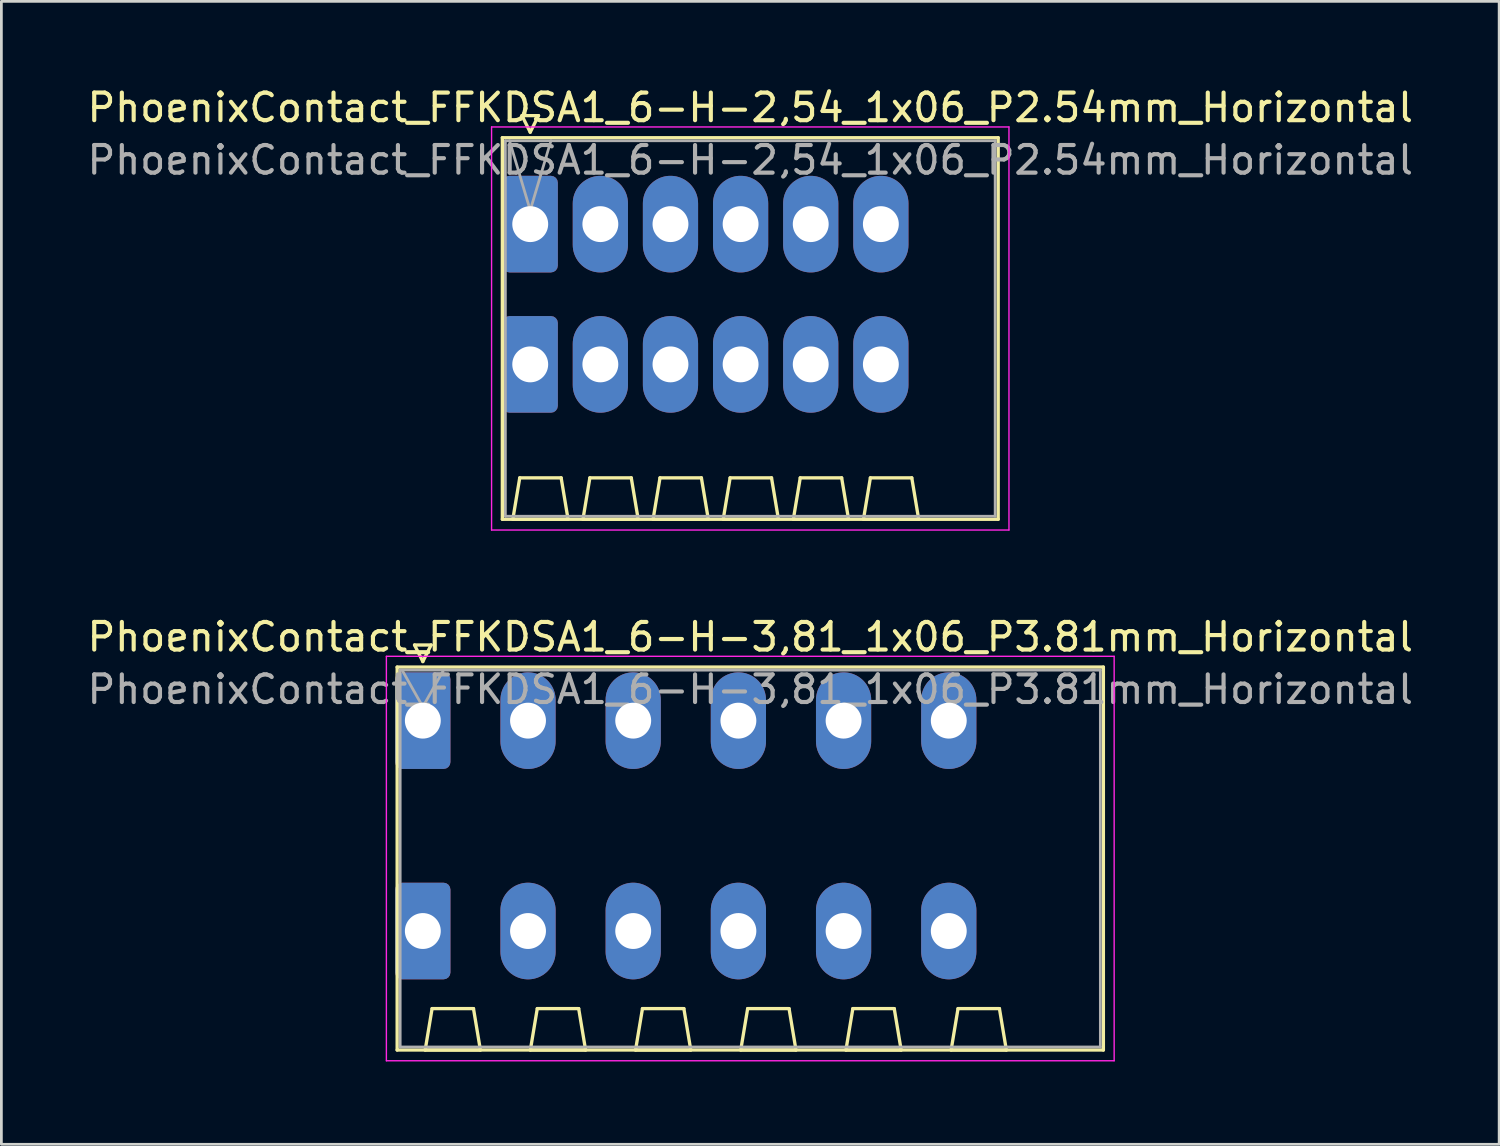
<source format=kicad_pcb>
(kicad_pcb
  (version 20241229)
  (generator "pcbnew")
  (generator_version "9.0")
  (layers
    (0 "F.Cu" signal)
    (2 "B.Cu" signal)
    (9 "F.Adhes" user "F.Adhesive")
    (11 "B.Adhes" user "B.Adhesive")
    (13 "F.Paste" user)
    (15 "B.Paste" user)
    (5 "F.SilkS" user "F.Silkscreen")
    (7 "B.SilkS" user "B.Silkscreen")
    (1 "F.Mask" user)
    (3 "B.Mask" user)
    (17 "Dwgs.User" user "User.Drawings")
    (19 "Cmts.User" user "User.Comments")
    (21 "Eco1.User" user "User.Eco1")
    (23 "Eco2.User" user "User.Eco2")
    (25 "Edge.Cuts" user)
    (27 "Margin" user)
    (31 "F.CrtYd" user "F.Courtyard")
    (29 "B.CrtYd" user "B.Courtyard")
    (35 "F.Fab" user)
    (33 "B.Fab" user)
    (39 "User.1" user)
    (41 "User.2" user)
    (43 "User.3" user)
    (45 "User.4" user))
  (footprint "PhoenixContact_FFKDSA1_6-H-3,81_1x06_P3.81mm_Horizontal"
    (layer "F.Cu")
    (at 12.265 23.052)
    (property "Reference" "PhoenixContact_FFKDSA1_6-H-3,81_1x06_P3.81mm_Horizontal" (at 11.86 -3.03 0) (layer "F.SilkS") (effects (font (size 1 1) (thickness 0.15))))
    (attr through_hole)
    (fp_line (start -0.93 -1.94) (end -0.93 11.93) (stroke (width 0.12) (type solid)) (layer "F.SilkS"))
    (fp_line (start -0.93 11.93) (end 24.65 11.93) (stroke (width 0.12) (type solid)) (layer "F.SilkS"))
    (fp_line (start -0.3 -2.74) (end 0.3 -2.74) (stroke (width 0.12) (type solid)) (layer "F.SilkS"))
    (fp_line (start 0 -2.14) (end -0.3 -2.74) (stroke (width 0.12) (type solid)) (layer "F.SilkS"))
    (fp_line (start 0.085 11.93) (end 2.085 11.93) (stroke (width 0.12) (type solid)) (layer "F.SilkS"))
    (fp_line (start 0.3 -2.74) (end 0 -2.14) (stroke (width 0.12) (type solid)) (layer "F.SilkS"))
    (fp_line (start 0.335 10.43) (end 0.085 11.93) (stroke (width 0.12) (type solid)) (layer "F.SilkS"))
    (fp_line (start 1.835 10.43) (end 0.335 10.43) (stroke (width 0.12) (type solid)) (layer "F.SilkS"))
    (fp_line (start 2.085 11.93) (end 1.835 10.43) (stroke (width 0.12) (type solid)) (layer "F.SilkS"))
    (fp_line (start 3.895 11.93) (end 5.895 11.93) (stroke (width 0.12) (type solid)) (layer "F.SilkS"))
    (fp_line (start 4.145 10.43) (end 3.895 11.93) (stroke (width 0.12) (type solid)) (layer "F.SilkS"))
    (fp_line (start 5.645 10.43) (end 4.145 10.43) (stroke (width 0.12) (type solid)) (layer "F.SilkS"))
    (fp_line (start 5.895 11.93) (end 5.645 10.43) (stroke (width 0.12) (type solid)) (layer "F.SilkS"))
    (fp_line (start 7.705 11.93) (end 9.705 11.93) (stroke (width 0.12) (type solid)) (layer "F.SilkS"))
    (fp_line (start 7.955 10.43) (end 7.705 11.93) (stroke (width 0.12) (type solid)) (layer "F.SilkS"))
    (fp_line (start 9.455 10.43) (end 7.955 10.43) (stroke (width 0.12) (type solid)) (layer "F.SilkS"))
    (fp_line (start 9.705 11.93) (end 9.455 10.43) (stroke (width 0.12) (type solid)) (layer "F.SilkS"))
    (fp_line (start 11.515 11.93) (end 13.515 11.93) (stroke (width 0.12) (type solid)) (layer "F.SilkS"))
    (fp_line (start 11.765 10.43) (end 11.515 11.93) (stroke (width 0.12) (type solid)) (layer "F.SilkS"))
    (fp_line (start 13.265 10.43) (end 11.765 10.43) (stroke (width 0.12) (type solid)) (layer "F.SilkS"))
    (fp_line (start 13.515 11.93) (end 13.265 10.43) (stroke (width 0.12) (type solid)) (layer "F.SilkS"))
    (fp_line (start 15.325 11.93) (end 17.325 11.93) (stroke (width 0.12) (type solid)) (layer "F.SilkS"))
    (fp_line (start 15.575 10.43) (end 15.325 11.93) (stroke (width 0.12) (type solid)) (layer "F.SilkS"))
    (fp_line (start 17.075 10.43) (end 15.575 10.43) (stroke (width 0.12) (type solid)) (layer "F.SilkS"))
    (fp_line (start 17.325 11.93) (end 17.075 10.43) (stroke (width 0.12) (type solid)) (layer "F.SilkS"))
    (fp_line (start 19.135 11.93) (end 21.135 11.93) (stroke (width 0.12) (type solid)) (layer "F.SilkS"))
    (fp_line (start 19.385 10.43) (end 19.135 11.93) (stroke (width 0.12) (type solid)) (layer "F.SilkS"))
    (fp_line (start 20.885 10.43) (end 19.385 10.43) (stroke (width 0.12) (type solid)) (layer "F.SilkS"))
    (fp_line (start 21.135 11.93) (end 20.885 10.43) (stroke (width 0.12) (type solid)) (layer "F.SilkS"))
    (fp_line (start 24.65 -1.94) (end -0.93 -1.94) (stroke (width 0.12) (type solid)) (layer "F.SilkS"))
    (fp_line (start 24.65 11.93) (end 24.65 -1.94) (stroke (width 0.12) (type solid)) (layer "F.SilkS"))
    (fp_line (start -1.32 -2.33) (end -1.32 12.32) (stroke (width 0.05) (type solid)) (layer "F.CrtYd"))
    (fp_line (start -1.32 12.32) (end 25.04 12.32) (stroke (width 0.05) (type solid)) (layer "F.CrtYd"))
    (fp_line (start 25.04 -2.33) (end -1.32 -2.33) (stroke (width 0.05) (type solid)) (layer "F.CrtYd"))
    (fp_line (start 25.04 12.32) (end 25.04 -2.33) (stroke (width 0.05) (type solid)) (layer "F.CrtYd"))
    (fp_line (start -0.82 -1.83) (end -0.82 11.82) (stroke (width 0.1) (type solid)) (layer "F.Fab"))
    (fp_line (start -0.82 11.82) (end 24.54 11.82) (stroke (width 0.1) (type solid)) (layer "F.Fab"))
    (fp_line (start 0 -0.5) (end -0.75 -1.83) (stroke (width 0.1) (type solid)) (layer "F.Fab"))
    (fp_line (start 0.75 -1.83) (end 0 -0.5) (stroke (width 0.1) (type solid)) (layer "F.Fab"))
    (fp_line (start 24.54 -1.83) (end -0.82 -1.83) (stroke (width 0.1) (type solid)) (layer "F.Fab"))
    (fp_line (start 24.54 11.82) (end 24.54 -1.83) (stroke (width 0.1) (type solid)) (layer "F.Fab"))
    (fp_text user "${REFERENCE}" (at 11.86 -1.13 0) (layer "F.Fab") (effects (font (size 1 1) (thickness 0.15))))
    (pad "1" thru_hole roundrect (at 0 0) (size 2 3.5) (drill 1.3) (layers "*.Cu" "*.Mask") (roundrect_rratio 0.125))
    (pad "1" thru_hole roundrect (at 0 7.62) (size 2 3.5) (drill 1.3) (layers "*.Cu" "*.Mask") (roundrect_rratio 0.125))
    (pad "2" thru_hole oval (at 3.81 0) (size 2 3.5) (drill 1.3) (layers "*.Cu" "*.Mask"))
    (pad "2" thru_hole oval (at 3.81 7.62) (size 2 3.5) (drill 1.3) (layers "*.Cu" "*.Mask"))
    (pad "3" thru_hole oval (at 7.62 0) (size 2 3.5) (drill 1.3) (layers "*.Cu" "*.Mask"))
    (pad "3" thru_hole oval (at 7.62 7.62) (size 2 3.5) (drill 1.3) (layers "*.Cu" "*.Mask"))
    (pad "4" thru_hole oval (at 11.43 0) (size 2 3.5) (drill 1.3) (layers "*.Cu" "*.Mask"))
    (pad "4" thru_hole oval (at 11.43 7.62) (size 2 3.5) (drill 1.3) (layers "*.Cu" "*.Mask"))
    (pad "5" thru_hole oval (at 15.24 0) (size 2 3.5) (drill 1.3) (layers "*.Cu" "*.Mask"))
    (pad "5" thru_hole oval (at 15.24 7.62) (size 2 3.5) (drill 1.3) (layers "*.Cu" "*.Mask"))
    (pad "6" thru_hole oval (at 19.05 0) (size 2 3.5) (drill 1.3) (layers "*.Cu" "*.Mask"))
    (pad "6" thru_hole oval (at 19.05 7.62) (size 2 3.5) (drill 1.3) (layers "*.Cu" "*.Mask")))
  (footprint "PhoenixContact_FFKDSA1_6-H-2,54_1x06_P2.54mm_Horizontal"
    (layer "F.Cu")
    (at 16.155 5.068)
    (property "Reference" "PhoenixContact_FFKDSA1_6-H-2,54_1x06_P2.54mm_Horizontal" (at 7.97 -4.22 0) (layer "F.SilkS") (effects (font (size 1 1) (thickness 0.15))))
    (attr through_hole)
    (fp_line (start -1.01 -3.13) (end -1.01 10.69) (stroke (width 0.12) (type solid)) (layer "F.SilkS"))
    (fp_line (start -1.01 10.69) (end 16.95 10.69) (stroke (width 0.12) (type solid)) (layer "F.SilkS"))
    (fp_line (start -0.63 10.69) (end 1.37 10.69) (stroke (width 0.12) (type solid)) (layer "F.SilkS"))
    (fp_line (start -0.38 9.19) (end -0.63 10.69) (stroke (width 0.12) (type solid)) (layer "F.SilkS"))
    (fp_line (start -0.3 -3.93) (end 0.3 -3.93) (stroke (width 0.12) (type solid)) (layer "F.SilkS"))
    (fp_line (start 0 -3.33) (end -0.3 -3.93) (stroke (width 0.12) (type solid)) (layer "F.SilkS"))
    (fp_line (start 0.3 -3.93) (end 0 -3.33) (stroke (width 0.12) (type solid)) (layer "F.SilkS"))
    (fp_line (start 1.12 9.19) (end -0.38 9.19) (stroke (width 0.12) (type solid)) (layer "F.SilkS"))
    (fp_line (start 1.37 10.69) (end 1.12 9.19) (stroke (width 0.12) (type solid)) (layer "F.SilkS"))
    (fp_line (start 1.91 10.69) (end 3.91 10.69) (stroke (width 0.12) (type solid)) (layer "F.SilkS"))
    (fp_line (start 2.16 9.19) (end 1.91 10.69) (stroke (width 0.12) (type solid)) (layer "F.SilkS"))
    (fp_line (start 3.66 9.19) (end 2.16 9.19) (stroke (width 0.12) (type solid)) (layer "F.SilkS"))
    (fp_line (start 3.91 10.69) (end 3.66 9.19) (stroke (width 0.12) (type solid)) (layer "F.SilkS"))
    (fp_line (start 4.45 10.69) (end 6.45 10.69) (stroke (width 0.12) (type solid)) (layer "F.SilkS"))
    (fp_line (start 4.7 9.19) (end 4.45 10.69) (stroke (width 0.12) (type solid)) (layer "F.SilkS"))
    (fp_line (start 6.2 9.19) (end 4.7 9.19) (stroke (width 0.12) (type solid)) (layer "F.SilkS"))
    (fp_line (start 6.45 10.69) (end 6.2 9.19) (stroke (width 0.12) (type solid)) (layer "F.SilkS"))
    (fp_line (start 6.99 10.69) (end 8.99 10.69) (stroke (width 0.12) (type solid)) (layer "F.SilkS"))
    (fp_line (start 7.24 9.19) (end 6.99 10.69) (stroke (width 0.12) (type solid)) (layer "F.SilkS"))
    (fp_line (start 8.74 9.19) (end 7.24 9.19) (stroke (width 0.12) (type solid)) (layer "F.SilkS"))
    (fp_line (start 8.99 10.69) (end 8.74 9.19) (stroke (width 0.12) (type solid)) (layer "F.SilkS"))
    (fp_line (start 9.53 10.69) (end 11.53 10.69) (stroke (width 0.12) (type solid)) (layer "F.SilkS"))
    (fp_line (start 9.78 9.19) (end 9.53 10.69) (stroke (width 0.12) (type solid)) (layer "F.SilkS"))
    (fp_line (start 11.28 9.19) (end 9.78 9.19) (stroke (width 0.12) (type solid)) (layer "F.SilkS"))
    (fp_line (start 11.53 10.69) (end 11.28 9.19) (stroke (width 0.12) (type solid)) (layer "F.SilkS"))
    (fp_line (start 12.07 10.69) (end 14.07 10.69) (stroke (width 0.12) (type solid)) (layer "F.SilkS"))
    (fp_line (start 12.32 9.19) (end 12.07 10.69) (stroke (width 0.12) (type solid)) (layer "F.SilkS"))
    (fp_line (start 13.82 9.19) (end 12.32 9.19) (stroke (width 0.12) (type solid)) (layer "F.SilkS"))
    (fp_line (start 14.07 10.69) (end 13.82 9.19) (stroke (width 0.12) (type solid)) (layer "F.SilkS"))
    (fp_line (start 16.95 -3.13) (end -1.01 -3.13) (stroke (width 0.12) (type solid)) (layer "F.SilkS"))
    (fp_line (start 16.95 10.69) (end 16.95 -3.13) (stroke (width 0.12) (type solid)) (layer "F.SilkS"))
    (fp_line (start -1.4 -3.52) (end -1.4 11.08) (stroke (width 0.05) (type solid)) (layer "F.CrtYd"))
    (fp_line (start -1.4 11.08) (end 17.34 11.08) (stroke (width 0.05) (type solid)) (layer "F.CrtYd"))
    (fp_line (start 17.34 -3.52) (end -1.4 -3.52) (stroke (width 0.05) (type solid)) (layer "F.CrtYd"))
    (fp_line (start 17.34 11.08) (end 17.34 -3.52) (stroke (width 0.05) (type solid)) (layer "F.CrtYd"))
    (fp_line (start -0.9 -3.02) (end -0.9 10.58) (stroke (width 0.1) (type solid)) (layer "F.Fab"))
    (fp_line (start -0.9 10.58) (end 16.84 10.58) (stroke (width 0.1) (type solid)) (layer "F.Fab"))
    (fp_line (start 0 -0.5) (end -0.75 -3.02) (stroke (width 0.1) (type solid)) (layer "F.Fab"))
    (fp_line (start 0.75 -3.02) (end 0 -0.5) (stroke (width 0.1) (type solid)) (layer "F.Fab"))
    (fp_line (start 16.84 -3.02) (end -0.9 -3.02) (stroke (width 0.1) (type solid)) (layer "F.Fab"))
    (fp_line (start 16.84 10.58) (end 16.84 -3.02) (stroke (width 0.1) (type solid)) (layer "F.Fab"))
    (fp_text user "${REFERENCE}" (at 7.97 -2.32 0) (layer "F.Fab") (effects (font (size 1 1) (thickness 0.15))))
    (pad "1" thru_hole roundrect (at 0 0) (size 2 3.5) (drill 1.3) (layers "*.Cu" "*.Mask") (roundrect_rratio 0.125))
    (pad "1" thru_hole roundrect (at 0 5.08) (size 2 3.5) (drill 1.3) (layers "*.Cu" "*.Mask") (roundrect_rratio 0.125))
    (pad "2" thru_hole oval (at 2.54 0) (size 2 3.5) (drill 1.3) (layers "*.Cu" "*.Mask"))
    (pad "2" thru_hole oval (at 2.54 5.08) (size 2 3.5) (drill 1.3) (layers "*.Cu" "*.Mask"))
    (pad "3" thru_hole oval (at 5.08 0) (size 2 3.5) (drill 1.3) (layers "*.Cu" "*.Mask"))
    (pad "3" thru_hole oval (at 5.08 5.08) (size 2 3.5) (drill 1.3) (layers "*.Cu" "*.Mask"))
    (pad "4" thru_hole oval (at 7.62 0) (size 2 3.5) (drill 1.3) (layers "*.Cu" "*.Mask"))
    (pad "4" thru_hole oval (at 7.62 5.08) (size 2 3.5) (drill 1.3) (layers "*.Cu" "*.Mask"))
    (pad "5" thru_hole oval (at 10.16 0) (size 2 3.5) (drill 1.3) (layers "*.Cu" "*.Mask"))
    (pad "5" thru_hole oval (at 10.16 5.08) (size 2 3.5) (drill 1.3) (layers "*.Cu" "*.Mask"))
    (pad "6" thru_hole oval (at 12.7 0) (size 2 3.5) (drill 1.3) (layers "*.Cu" "*.Mask"))
    (pad "6" thru_hole oval (at 12.7 5.08) (size 2 3.5) (drill 1.3) (layers "*.Cu" "*.Mask")))
  (gr_rect
    (start -3 -3)
    (end 51.25 38.397)
    (stroke (width 0.1) (type default))
    (fill no)
    (layer "Edge.Cuts")))
</source>
